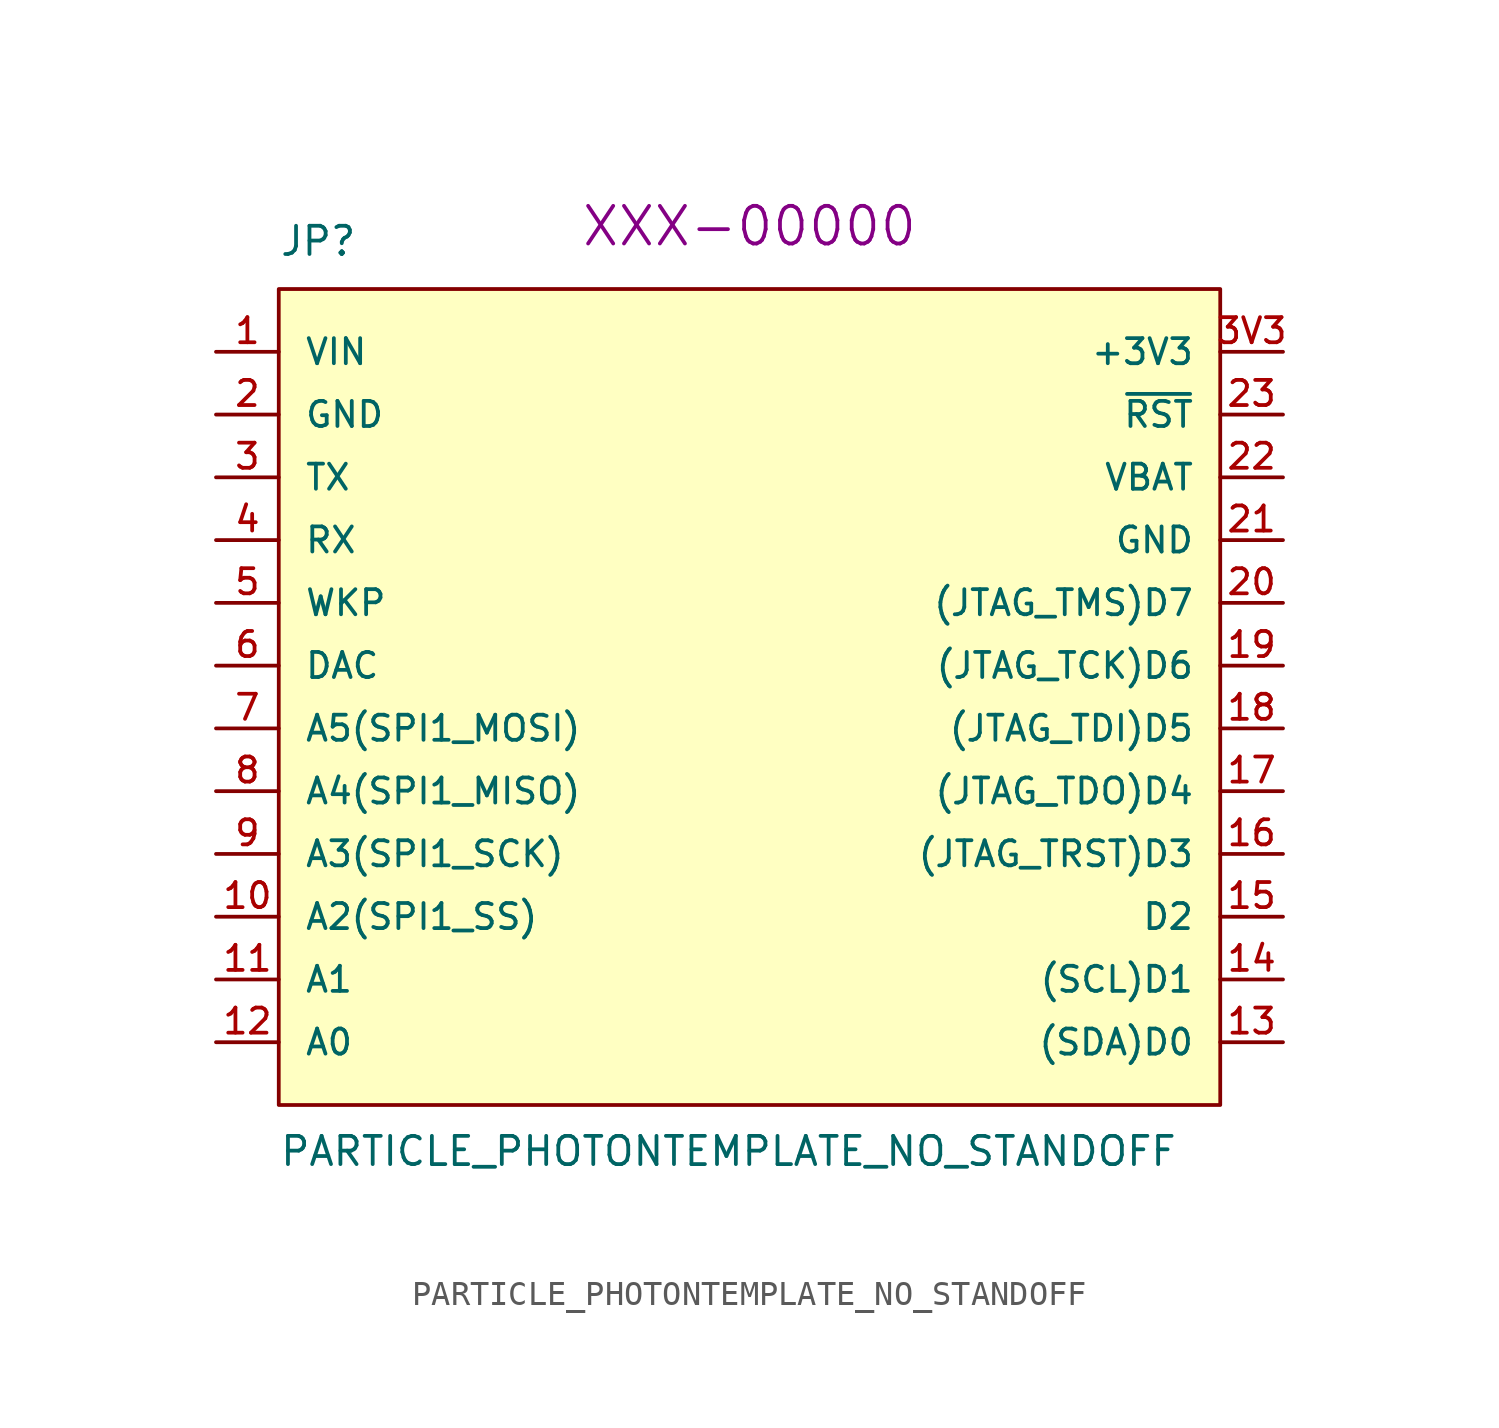
<source format=kicad_sym>
(kicad_symbol_lib
  (version 20220914)
  (generator kicad_symbol_editor)
  (symbol "PARTICLE_PHOTONTEMPLATE_NO_STANDOFF"
    (pin_names
      (offset 1.016))
    (property "Reference" "JP"
      (at -19.05 17.78 0)
      (effects (font (size 1.143 1.143)) (justify left bottom)))
    (property "Value" "PARTICLE_PHOTONTEMPLATE_NO_STANDOFF"
      (at -19.05 -19.05 0)
      (effects (font (size 1.143 1.143)) (justify left bottom)))
    (property "Field4" "XXX-00000"
      (at 0 19.05 0)
      (effects (font (size 1.524 1.524))))
    (property "ki_locked" ""
      (at 0 0 0)
      (effects (font (size 1.27 1.27))))
    (symbol "PARTICLE_PHOTONTEMPLATE_NO_STANDOFF_1_1"
      (polyline (pts (xy -19.05 16.51) (xy -19.05 -16.51) (xy 19.05 -16.51) (xy 19.05 16.51) (xy -19.05 16.51)) (stroke (width 0) (type solid)) (fill (type background)))
      (pin power_in line (at -21.59 13.97 0) (length 2.54) (name "VIN" (effects (font (size 1.016 1.016)))) (number "1" (effects (font (size 1.016 1.016)))))
      (pin bidirectional line (at -21.59 -8.89 0) (length 2.54) (name "A2(SPI1_SS)" (effects (font (size 1.016 1.016)))) (number "10" (effects (font (size 1.016 1.016)))))
      (pin bidirectional line (at -21.59 -11.43 0) (length 2.54) (name "A1" (effects (font (size 1.016 1.016)))) (number "11" (effects (font (size 1.016 1.016)))))
      (pin bidirectional line (at -21.59 -13.97 0) (length 2.54) (name "A0" (effects (font (size 1.016 1.016)))) (number "12" (effects (font (size 1.016 1.016)))))
      (pin bidirectional line (at 21.59 -13.97 180) (length 2.54) (name "(SDA)D0" (effects (font (size 1.016 1.016)))) (number "13" (effects (font (size 1.016 1.016)))))
      (pin bidirectional line (at 21.59 -11.43 180) (length 2.54) (name "(SCL)D1" (effects (font (size 1.016 1.016)))) (number "14" (effects (font (size 1.016 1.016)))))
      (pin bidirectional line (at 21.59 -8.89 180) (length 2.54) (name "D2" (effects (font (size 1.016 1.016)))) (number "15" (effects (font (size 1.016 1.016)))))
      (pin bidirectional line (at 21.59 -6.35 180) (length 2.54) (name "(JTAG_TRST)D3" (effects (font (size 1.016 1.016)))) (number "16" (effects (font (size 1.016 1.016)))))
      (pin bidirectional line (at 21.59 -3.81 180) (length 2.54) (name "(JTAG_TDO)D4" (effects (font (size 1.016 1.016)))) (number "17" (effects (font (size 1.016 1.016)))))
      (pin bidirectional line (at 21.59 -1.27 180) (length 2.54) (name "(JTAG_TDI)D5" (effects (font (size 1.016 1.016)))) (number "18" (effects (font (size 1.016 1.016)))))
      (pin bidirectional line (at 21.59 1.27 180) (length 2.54) (name "(JTAG_TCK)D6" (effects (font (size 1.016 1.016)))) (number "19" (effects (font (size 1.016 1.016)))))
      (pin power_in line (at -21.59 11.43 0) (length 2.54) (name "GND" (effects (font (size 1.016 1.016)))) (number "2" (effects (font (size 1.016 1.016)))))
      (pin bidirectional line (at 21.59 3.81 180) (length 2.54) (name "(JTAG_TMS)D7" (effects (font (size 1.016 1.016)))) (number "20" (effects (font (size 1.016 1.016)))))
      (pin power_in line (at 21.59 6.35 180) (length 2.54) (name "GND" (effects (font (size 1.016 1.016)))) (number "21" (effects (font (size 1.016 1.016)))))
      (pin power_in line (at 21.59 8.89 180) (length 2.54) (name "VBAT" (effects (font (size 1.016 1.016)))) (number "22" (effects (font (size 1.016 1.016)))))
      (pin bidirectional line (at 21.59 11.43 180) (length 2.54) (name "~{RST}" (effects (font (size 1.016 1.016)))) (number "23" (effects (font (size 1.016 1.016)))))
      (pin power_in line (at 21.59 13.97 180) (length 2.54) hide (name "+3V3" (effects (font (size 1.016 1.016)))) (number "24" (effects (font (size 1.016 1.016)))))
      (pin bidirectional line (at -21.59 8.89 0) (length 2.54) (name "TX" (effects (font (size 1.016 1.016)))) (number "3" (effects (font (size 1.016 1.016)))))
      (pin power_in line (at 21.59 13.97 180) (length 2.54) (name "+3V3" (effects (font (size 1.016 1.016)))) (number "3V3" (effects (font (size 1.016 1.016)))))
      (pin bidirectional line (at -21.59 6.35 0) (length 2.54) (name "RX" (effects (font (size 1.016 1.016)))) (number "4" (effects (font (size 1.016 1.016)))))
      (pin bidirectional line (at -21.59 3.81 0) (length 2.54) (name "WKP" (effects (font (size 1.016 1.016)))) (number "5" (effects (font (size 1.016 1.016)))))
      (pin bidirectional line (at -21.59 1.27 0) (length 2.54) (name "DAC" (effects (font (size 1.016 1.016)))) (number "6" (effects (font (size 1.016 1.016)))))
      (pin bidirectional line (at -21.59 -1.27 0) (length 2.54) (name "A5(SPI1_MOSI)" (effects (font (size 1.016 1.016)))) (number "7" (effects (font (size 1.016 1.016)))))
      (pin bidirectional line (at -21.59 -3.81 0) (length 2.54) (name "A4(SPI1_MISO)" (effects (font (size 1.016 1.016)))) (number "8" (effects (font (size 1.016 1.016)))))
      (pin bidirectional line (at -21.59 -6.35 0) (length 2.54) (name "A3(SPI1_SCK)" (effects (font (size 1.016 1.016)))) (number "9" (effects (font (size 1.016 1.016)))))
      (pin bidirectional line (at -21.59 -13.97 0) (length 2.54) hide (name "A0" (effects (font (size 1.016 1.016)))) (number "A0" (effects (font (size 1.016 1.016)))))
      (pin bidirectional line (at -21.59 -11.43 0) (length 2.54) hide (name "A1" (effects (font (size 1.016 1.016)))) (number "A1" (effects (font (size 1.016 1.016)))))
      (pin bidirectional line (at -21.59 -8.89 0) (length 2.54) hide (name "A2(SPI1_SS)" (effects (font (size 1.016 1.016)))) (number "A2" (effects (font (size 1.016 1.016)))))
      (pin bidirectional line (at -21.59 -6.35 0) (length 2.54) hide (name "A3(SPI1_SCK)" (effects (font (size 1.016 1.016)))) (number "A3" (effects (font (size 1.016 1.016)))))
      (pin bidirectional line (at -21.59 -3.81 0) (length 2.54) hide (name "A4(SPI1_MISO)" (effects (font (size 1.016 1.016)))) (number "A4" (effects (font (size 1.016 1.016)))))
      (pin bidirectional line (at -21.59 -1.27 0) (length 2.54) hide (name "A5(SPI1_MOSI)" (effects (font (size 1.016 1.016)))) (number "A5" (effects (font (size 1.016 1.016)))))
      (pin bidirectional line (at 21.59 -13.97 180) (length 2.54) hide (name "(SDA)D0" (effects (font (size 1.016 1.016)))) (number "D0" (effects (font (size 1.016 1.016)))))
      (pin bidirectional line (at 21.59 -11.43 180) (length 2.54) hide (name "(SCL)D1" (effects (font (size 1.016 1.016)))) (number "D1" (effects (font (size 1.016 1.016)))))
      (pin bidirectional line (at 21.59 -8.89 180) (length 2.54) hide (name "D2" (effects (font (size 1.016 1.016)))) (number "D2" (effects (font (size 1.016 1.016)))))
      (pin bidirectional line (at 21.59 -6.35 180) (length 2.54) hide (name "(JTAG_TRST)D3" (effects (font (size 1.016 1.016)))) (number "D3" (effects (font (size 1.016 1.016)))))
      (pin bidirectional line (at 21.59 -3.81 180) (length 2.54) hide (name "(JTAG_TDO)D4" (effects (font (size 1.016 1.016)))) (number "D4" (effects (font (size 1.016 1.016)))))
      (pin bidirectional line (at 21.59 -1.27 180) (length 2.54) hide (name "(JTAG_TDI)D5" (effects (font (size 1.016 1.016)))) (number "D5" (effects (font (size 1.016 1.016)))))
      (pin bidirectional line (at 21.59 1.27 180) (length 2.54) hide (name "(JTAG_TCK)D6" (effects (font (size 1.016 1.016)))) (number "D6" (effects (font (size 1.016 1.016)))))
      (pin bidirectional line (at 21.59 3.81 180) (length 2.54) hide (name "(JTAG_TMS)D7" (effects (font (size 1.016 1.016)))) (number "D7" (effects (font (size 1.016 1.016)))))
      (pin bidirectional line (at -21.59 1.27 0) (length 2.54) hide (name "DAC" (effects (font (size 1.016 1.016)))) (number "DAC" (effects (font (size 1.016 1.016)))))
      (pin power_in line (at -21.59 11.43 0) (length 2.54) hide (name "GND" (effects (font (size 1.016 1.016)))) (number "GND@" (effects (font (size 1.016 1.016)))))
      (pin power_in line (at 21.59 6.35 180) (length 2.54) hide (name "GND" (effects (font (size 1.016 1.016)))) (number "GND@" (effects (font (size 1.016 1.016)))))
      (pin bidirectional line (at 21.59 11.43 180) (length 2.54) hide (name "~{RST}" (effects (font (size 1.016 1.016)))) (number "RST" (effects (font (size 1.016 1.016)))))
      (pin bidirectional line (at -21.59 6.35 0) (length 2.54) hide (name "RX" (effects (font (size 1.016 1.016)))) (number "RX" (effects (font (size 1.016 1.016)))))
      (pin bidirectional line (at -21.59 8.89 0) (length 2.54) hide (name "TX" (effects (font (size 1.016 1.016)))) (number "TX" (effects (font (size 1.016 1.016)))))
      (pin power_in line (at 21.59 8.89 180) (length 2.54) hide (name "VBAT" (effects (font (size 1.016 1.016)))) (number "VBAT" (effects (font (size 1.016 1.016)))))
      (pin power_in line (at -21.59 13.97 0) (length 2.54) hide (name "VIN" (effects (font (size 1.016 1.016)))) (number "VIN" (effects (font (size 1.016 1.016)))))
      (pin bidirectional line (at -21.59 3.81 0) (length 2.54) hide (name "WKP" (effects (font (size 1.016 1.016)))) (number "WKP" (effects (font (size 1.016 1.016))))))))
</source>
